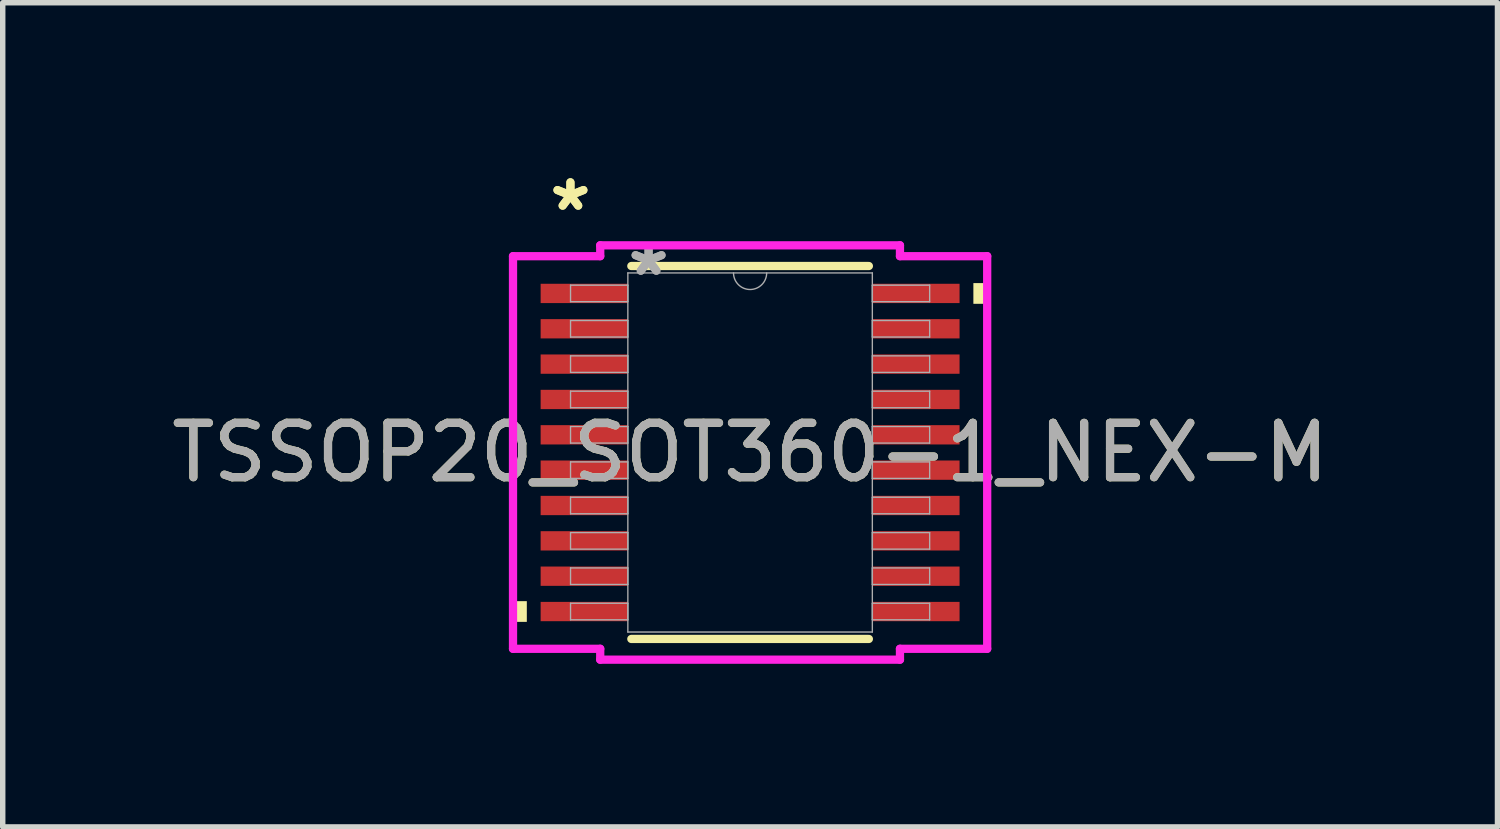
<source format=kicad_pcb>
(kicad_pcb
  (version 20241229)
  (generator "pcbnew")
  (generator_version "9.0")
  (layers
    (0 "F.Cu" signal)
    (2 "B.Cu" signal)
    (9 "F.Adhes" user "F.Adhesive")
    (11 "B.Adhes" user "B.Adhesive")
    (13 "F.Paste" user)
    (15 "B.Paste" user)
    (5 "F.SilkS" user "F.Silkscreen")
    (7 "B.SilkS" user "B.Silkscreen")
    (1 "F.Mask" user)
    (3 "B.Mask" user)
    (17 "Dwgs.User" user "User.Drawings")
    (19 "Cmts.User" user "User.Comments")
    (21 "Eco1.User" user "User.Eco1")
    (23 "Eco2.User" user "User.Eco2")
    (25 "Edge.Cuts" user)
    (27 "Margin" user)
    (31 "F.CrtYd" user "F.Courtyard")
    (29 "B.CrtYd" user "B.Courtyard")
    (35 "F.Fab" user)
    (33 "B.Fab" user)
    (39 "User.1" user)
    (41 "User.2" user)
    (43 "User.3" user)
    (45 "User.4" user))
  (footprint "TSSOP20_SOT360-1_NEX-M"
    (layer "F.Cu")
    (at 10.744 5.271)
    (property "Reference" "TSSOP20_SOT360-1_NEX-M" (at 0 0 0) (unlocked yes) (layer "F.SilkS") (effects (font (size 1 1) (thickness 0.15))))
    (attr smd)
    (fp_line (start -2.184 3.429) (end 2.184 3.429) (stroke (width 0.152) (type solid)) (layer "F.SilkS"))
    (fp_line (start 2.184 -3.429) (end -2.184 -3.429) (stroke (width 0.152) (type solid)) (layer "F.SilkS"))
    (fp_poly (pts (xy -4.36 2.734) (xy -4.36 3.115) (xy -4.106 3.115) (xy -4.106 2.734)) (stroke (width 0) (type solid)) (fill yes) (layer "F.SilkS"))
    (fp_poly (pts (xy 4.36 -3.115) (xy 4.36 -2.734) (xy 4.106 -2.734) (xy 4.106 -3.115)) (stroke (width 0) (type solid)) (fill yes) (layer "F.SilkS"))
    (fp_line (start -4.36 -3.61) (end -2.756 -3.61) (stroke (width 0.152) (type solid)) (layer "F.CrtYd"))
    (fp_line (start -4.36 3.61) (end -4.36 -3.61) (stroke (width 0.152) (type solid)) (layer "F.CrtYd"))
    (fp_line (start -4.36 3.61) (end -2.756 3.61) (stroke (width 0.152) (type solid)) (layer "F.CrtYd"))
    (fp_line (start -2.756 -3.81) (end 2.756 -3.81) (stroke (width 0.152) (type solid)) (layer "F.CrtYd"))
    (fp_line (start -2.756 -3.61) (end -2.756 -3.81) (stroke (width 0.152) (type solid)) (layer "F.CrtYd"))
    (fp_line (start -2.756 3.81) (end -2.756 3.61) (stroke (width 0.152) (type solid)) (layer "F.CrtYd"))
    (fp_line (start 2.756 -3.81) (end 2.756 -3.61) (stroke (width 0.152) (type solid)) (layer "F.CrtYd"))
    (fp_line (start 2.756 3.61) (end 2.756 3.81) (stroke (width 0.152) (type solid)) (layer "F.CrtYd"))
    (fp_line (start 2.756 3.81) (end -2.756 3.81) (stroke (width 0.152) (type solid)) (layer "F.CrtYd"))
    (fp_line (start 4.36 -3.61) (end 2.756 -3.61) (stroke (width 0.152) (type solid)) (layer "F.CrtYd"))
    (fp_line (start 4.36 -3.61) (end 4.36 3.61) (stroke (width 0.152) (type solid)) (layer "F.CrtYd"))
    (fp_line (start 4.36 3.61) (end 2.756 3.61) (stroke (width 0.152) (type solid)) (layer "F.CrtYd"))
    (fp_line (start -3.302 -3.077) (end -3.302 -2.773) (stroke (width 0.025) (type solid)) (layer "F.Fab"))
    (fp_line (start -3.302 -2.773) (end -2.248 -2.773) (stroke (width 0.025) (type solid)) (layer "F.Fab"))
    (fp_line (start -3.302 -2.427) (end -3.302 -2.123) (stroke (width 0.025) (type solid)) (layer "F.Fab"))
    (fp_line (start -3.302 -2.123) (end -2.248 -2.123) (stroke (width 0.025) (type solid)) (layer "F.Fab"))
    (fp_line (start -3.302 -1.777) (end -3.302 -1.473) (stroke (width 0.025) (type solid)) (layer "F.Fab"))
    (fp_line (start -3.302 -1.473) (end -2.248 -1.473) (stroke (width 0.025) (type solid)) (layer "F.Fab"))
    (fp_line (start -3.302 -1.127) (end -3.302 -0.823) (stroke (width 0.025) (type solid)) (layer "F.Fab"))
    (fp_line (start -3.302 -0.823) (end -2.248 -0.823) (stroke (width 0.025) (type solid)) (layer "F.Fab"))
    (fp_line (start -3.302 -0.477) (end -3.302 -0.173) (stroke (width 0.025) (type solid)) (layer "F.Fab"))
    (fp_line (start -3.302 -0.173) (end -2.248 -0.173) (stroke (width 0.025) (type solid)) (layer "F.Fab"))
    (fp_line (start -3.302 0.173) (end -3.302 0.477) (stroke (width 0.025) (type solid)) (layer "F.Fab"))
    (fp_line (start -3.302 0.477) (end -2.248 0.477) (stroke (width 0.025) (type solid)) (layer "F.Fab"))
    (fp_line (start -3.302 0.823) (end -3.302 1.127) (stroke (width 0.025) (type solid)) (layer "F.Fab"))
    (fp_line (start -3.302 1.127) (end -2.248 1.127) (stroke (width 0.025) (type solid)) (layer "F.Fab"))
    (fp_line (start -3.302 1.473) (end -3.302 1.777) (stroke (width 0.025) (type solid)) (layer "F.Fab"))
    (fp_line (start -3.302 1.777) (end -2.248 1.777) (stroke (width 0.025) (type solid)) (layer "F.Fab"))
    (fp_line (start -3.302 2.123) (end -3.302 2.427) (stroke (width 0.025) (type solid)) (layer "F.Fab"))
    (fp_line (start -3.302 2.427) (end -2.248 2.427) (stroke (width 0.025) (type solid)) (layer "F.Fab"))
    (fp_line (start -3.302 2.773) (end -3.302 3.077) (stroke (width 0.025) (type solid)) (layer "F.Fab"))
    (fp_line (start -3.302 3.077) (end -2.248 3.077) (stroke (width 0.025) (type solid)) (layer "F.Fab"))
    (fp_line (start -2.248 -3.302) (end -2.248 3.302) (stroke (width 0.025) (type solid)) (layer "F.Fab"))
    (fp_line (start -2.248 -3.077) (end -3.302 -3.077) (stroke (width 0.025) (type solid)) (layer "F.Fab"))
    (fp_line (start -2.248 -2.773) (end -2.248 -3.077) (stroke (width 0.025) (type solid)) (layer "F.Fab"))
    (fp_line (start -2.248 -2.427) (end -3.302 -2.427) (stroke (width 0.025) (type solid)) (layer "F.Fab"))
    (fp_line (start -2.248 -2.123) (end -2.248 -2.427) (stroke (width 0.025) (type solid)) (layer "F.Fab"))
    (fp_line (start -2.248 -1.777) (end -3.302 -1.777) (stroke (width 0.025) (type solid)) (layer "F.Fab"))
    (fp_line (start -2.248 -1.473) (end -2.248 -1.777) (stroke (width 0.025) (type solid)) (layer "F.Fab"))
    (fp_line (start -2.248 -1.127) (end -3.302 -1.127) (stroke (width 0.025) (type solid)) (layer "F.Fab"))
    (fp_line (start -2.248 -0.823) (end -2.248 -1.127) (stroke (width 0.025) (type solid)) (layer "F.Fab"))
    (fp_line (start -2.248 -0.477) (end -3.302 -0.477) (stroke (width 0.025) (type solid)) (layer "F.Fab"))
    (fp_line (start -2.248 -0.173) (end -2.248 -0.477) (stroke (width 0.025) (type solid)) (layer "F.Fab"))
    (fp_line (start -2.248 0.173) (end -3.302 0.173) (stroke (width 0.025) (type solid)) (layer "F.Fab"))
    (fp_line (start -2.248 0.477) (end -2.248 0.173) (stroke (width 0.025) (type solid)) (layer "F.Fab"))
    (fp_line (start -2.248 0.823) (end -3.302 0.823) (stroke (width 0.025) (type solid)) (layer "F.Fab"))
    (fp_line (start -2.248 1.127) (end -2.248 0.823) (stroke (width 0.025) (type solid)) (layer "F.Fab"))
    (fp_line (start -2.248 1.473) (end -3.302 1.473) (stroke (width 0.025) (type solid)) (layer "F.Fab"))
    (fp_line (start -2.248 1.777) (end -2.248 1.473) (stroke (width 0.025) (type solid)) (layer "F.Fab"))
    (fp_line (start -2.248 2.123) (end -3.302 2.123) (stroke (width 0.025) (type solid)) (layer "F.Fab"))
    (fp_line (start -2.248 2.427) (end -2.248 2.123) (stroke (width 0.025) (type solid)) (layer "F.Fab"))
    (fp_line (start -2.248 2.773) (end -3.302 2.773) (stroke (width 0.025) (type solid)) (layer "F.Fab"))
    (fp_line (start -2.248 3.077) (end -2.248 2.773) (stroke (width 0.025) (type solid)) (layer "F.Fab"))
    (fp_line (start -2.248 3.302) (end 2.248 3.302) (stroke (width 0.025) (type solid)) (layer "F.Fab"))
    (fp_line (start 2.248 -3.302) (end -2.248 -3.302) (stroke (width 0.025) (type solid)) (layer "F.Fab"))
    (fp_line (start 2.248 -3.077) (end 2.248 -2.773) (stroke (width 0.025) (type solid)) (layer "F.Fab"))
    (fp_line (start 2.248 -2.773) (end 3.302 -2.773) (stroke (width 0.025) (type solid)) (layer "F.Fab"))
    (fp_line (start 2.248 -2.427) (end 2.248 -2.123) (stroke (width 0.025) (type solid)) (layer "F.Fab"))
    (fp_line (start 2.248 -2.123) (end 3.302 -2.123) (stroke (width 0.025) (type solid)) (layer "F.Fab"))
    (fp_line (start 2.248 -1.777) (end 2.248 -1.473) (stroke (width 0.025) (type solid)) (layer "F.Fab"))
    (fp_line (start 2.248 -1.473) (end 3.302 -1.473) (stroke (width 0.025) (type solid)) (layer "F.Fab"))
    (fp_line (start 2.248 -1.127) (end 2.248 -0.823) (stroke (width 0.025) (type solid)) (layer "F.Fab"))
    (fp_line (start 2.248 -0.823) (end 3.302 -0.823) (stroke (width 0.025) (type solid)) (layer "F.Fab"))
    (fp_line (start 2.248 -0.477) (end 2.248 -0.173) (stroke (width 0.025) (type solid)) (layer "F.Fab"))
    (fp_line (start 2.248 -0.173) (end 3.302 -0.173) (stroke (width 0.025) (type solid)) (layer "F.Fab"))
    (fp_line (start 2.248 0.173) (end 2.248 0.477) (stroke (width 0.025) (type solid)) (layer "F.Fab"))
    (fp_line (start 2.248 0.477) (end 3.302 0.477) (stroke (width 0.025) (type solid)) (layer "F.Fab"))
    (fp_line (start 2.248 0.823) (end 2.248 1.127) (stroke (width 0.025) (type solid)) (layer "F.Fab"))
    (fp_line (start 2.248 1.127) (end 3.302 1.127) (stroke (width 0.025) (type solid)) (layer "F.Fab"))
    (fp_line (start 2.248 1.473) (end 2.248 1.777) (stroke (width 0.025) (type solid)) (layer "F.Fab"))
    (fp_line (start 2.248 1.777) (end 3.302 1.777) (stroke (width 0.025) (type solid)) (layer "F.Fab"))
    (fp_line (start 2.248 2.123) (end 2.248 2.427) (stroke (width 0.025) (type solid)) (layer "F.Fab"))
    (fp_line (start 2.248 2.427) (end 3.302 2.427) (stroke (width 0.025) (type solid)) (layer "F.Fab"))
    (fp_line (start 2.248 2.773) (end 2.248 3.077) (stroke (width 0.025) (type solid)) (layer "F.Fab"))
    (fp_line (start 2.248 3.077) (end 3.302 3.077) (stroke (width 0.025) (type solid)) (layer "F.Fab"))
    (fp_line (start 2.248 3.302) (end 2.248 -3.302) (stroke (width 0.025) (type solid)) (layer "F.Fab"))
    (fp_line (start 3.302 -3.077) (end 2.248 -3.077) (stroke (width 0.025) (type solid)) (layer "F.Fab"))
    (fp_line (start 3.302 -2.773) (end 3.302 -3.077) (stroke (width 0.025) (type solid)) (layer "F.Fab"))
    (fp_line (start 3.302 -2.427) (end 2.248 -2.427) (stroke (width 0.025) (type solid)) (layer "F.Fab"))
    (fp_line (start 3.302 -2.123) (end 3.302 -2.427) (stroke (width 0.025) (type solid)) (layer "F.Fab"))
    (fp_line (start 3.302 -1.777) (end 2.248 -1.777) (stroke (width 0.025) (type solid)) (layer "F.Fab"))
    (fp_line (start 3.302 -1.473) (end 3.302 -1.777) (stroke (width 0.025) (type solid)) (layer "F.Fab"))
    (fp_line (start 3.302 -1.127) (end 2.248 -1.127) (stroke (width 0.025) (type solid)) (layer "F.Fab"))
    (fp_line (start 3.302 -0.823) (end 3.302 -1.127) (stroke (width 0.025) (type solid)) (layer "F.Fab"))
    (fp_line (start 3.302 -0.477) (end 2.248 -0.477) (stroke (width 0.025) (type solid)) (layer "F.Fab"))
    (fp_line (start 3.302 -0.173) (end 3.302 -0.477) (stroke (width 0.025) (type solid)) (layer "F.Fab"))
    (fp_line (start 3.302 0.173) (end 2.248 0.173) (stroke (width 0.025) (type solid)) (layer "F.Fab"))
    (fp_line (start 3.302 0.477) (end 3.302 0.173) (stroke (width 0.025) (type solid)) (layer "F.Fab"))
    (fp_line (start 3.302 0.823) (end 2.248 0.823) (stroke (width 0.025) (type solid)) (layer "F.Fab"))
    (fp_line (start 3.302 1.127) (end 3.302 0.823) (stroke (width 0.025) (type solid)) (layer "F.Fab"))
    (fp_line (start 3.302 1.473) (end 2.248 1.473) (stroke (width 0.025) (type solid)) (layer "F.Fab"))
    (fp_line (start 3.302 1.777) (end 3.302 1.473) (stroke (width 0.025) (type solid)) (layer "F.Fab"))
    (fp_line (start 3.302 2.123) (end 2.248 2.123) (stroke (width 0.025) (type solid)) (layer "F.Fab"))
    (fp_line (start 3.302 2.427) (end 3.302 2.123) (stroke (width 0.025) (type solid)) (layer "F.Fab"))
    (fp_line (start 3.302 2.773) (end 2.248 2.773) (stroke (width 0.025) (type solid)) (layer "F.Fab"))
    (fp_line (start 3.302 3.077) (end 3.302 2.773) (stroke (width 0.025) (type solid)) (layer "F.Fab"))
    (fp_arc (start 0.3048 -3.302) (mid 0 -2.9972) (end -0.3048 -3.302) (stroke (width 0.0254) (type solid)) (layer "F.Fab"))
    (fp_text user "*" (at -3.304 -4.423 0) (layer "F.SilkS") (effects (font (size 1 1) (thickness 0.15))))
    (fp_text user "*" (at -3.304 -4.423 0) (unlocked yes) (layer "F.SilkS") (effects (font (size 1 1) (thickness 0.15))))
    (fp_text user "${REFERENCE}" (at 0 0 0) (unlocked yes) (layer "F.Fab") (effects (font (size 1 1) (thickness 0.15))))
    (fp_text user "*" (at -1.867 -3.226 0) (unlocked yes) (layer "F.Fab") (effects (font (size 1 1) (thickness 0.15))))
    (fp_text user "*" (at -1.867 -3.226 0) (layer "F.Fab") (effects (font (size 1 1) (thickness 0.15))))
    (pad "1" smd rect (at -3.05 -2.925) (size 1.604 0.355) (layers "F.Cu" "F.Mask" "F.Paste"))
    (pad "2" smd rect (at -3.05 -2.275) (size 1.604 0.355) (layers "F.Cu" "F.Mask" "F.Paste"))
    (pad "3" smd rect (at -3.05 -1.625) (size 1.604 0.355) (layers "F.Cu" "F.Mask" "F.Paste"))
    (pad "4" smd rect (at -3.05 -0.975) (size 1.604 0.355) (layers "F.Cu" "F.Mask" "F.Paste"))
    (pad "5" smd rect (at -3.05 -0.325) (size 1.604 0.355) (layers "F.Cu" "F.Mask" "F.Paste"))
    (pad "6" smd rect (at -3.05 0.325) (size 1.604 0.355) (layers "F.Cu" "F.Mask" "F.Paste"))
    (pad "7" smd rect (at -3.05 0.975) (size 1.604 0.355) (layers "F.Cu" "F.Mask" "F.Paste"))
    (pad "8" smd rect (at -3.05 1.625) (size 1.604 0.355) (layers "F.Cu" "F.Mask" "F.Paste"))
    (pad "9" smd rect (at -3.05 2.275) (size 1.604 0.355) (layers "F.Cu" "F.Mask" "F.Paste"))
    (pad "10" smd rect (at -3.05 2.925) (size 1.604 0.355) (layers "F.Cu" "F.Mask" "F.Paste"))
    (pad "11" smd rect (at 3.05 2.925) (size 1.604 0.355) (layers "F.Cu" "F.Mask" "F.Paste"))
    (pad "12" smd rect (at 3.05 2.275) (size 1.604 0.355) (layers "F.Cu" "F.Mask" "F.Paste"))
    (pad "13" smd rect (at 3.05 1.625) (size 1.604 0.355) (layers "F.Cu" "F.Mask" "F.Paste"))
    (pad "14" smd rect (at 3.05 0.975) (size 1.604 0.355) (layers "F.Cu" "F.Mask" "F.Paste"))
    (pad "15" smd rect (at 3.05 0.325) (size 1.604 0.355) (layers "F.Cu" "F.Mask" "F.Paste"))
    (pad "16" smd rect (at 3.05 -0.325) (size 1.604 0.355) (layers "F.Cu" "F.Mask" "F.Paste"))
    (pad "17" smd rect (at 3.05 -0.975) (size 1.604 0.355) (layers "F.Cu" "F.Mask" "F.Paste"))
    (pad "18" smd rect (at 3.05 -1.625) (size 1.604 0.355) (layers "F.Cu" "F.Mask" "F.Paste"))
    (pad "19" smd rect (at 3.05 -2.275) (size 1.604 0.355) (layers "F.Cu" "F.Mask" "F.Paste"))
    (pad "20" smd rect (at 3.05 -2.925) (size 1.604 0.355) (layers "F.Cu" "F.Mask" "F.Paste")))
  (gr_rect
    (start -3 -3)
    (end 24.488 12.157)
    (stroke (width 0.1) (type default))
    (fill no)
    (layer "Edge.Cuts")))
</source>
